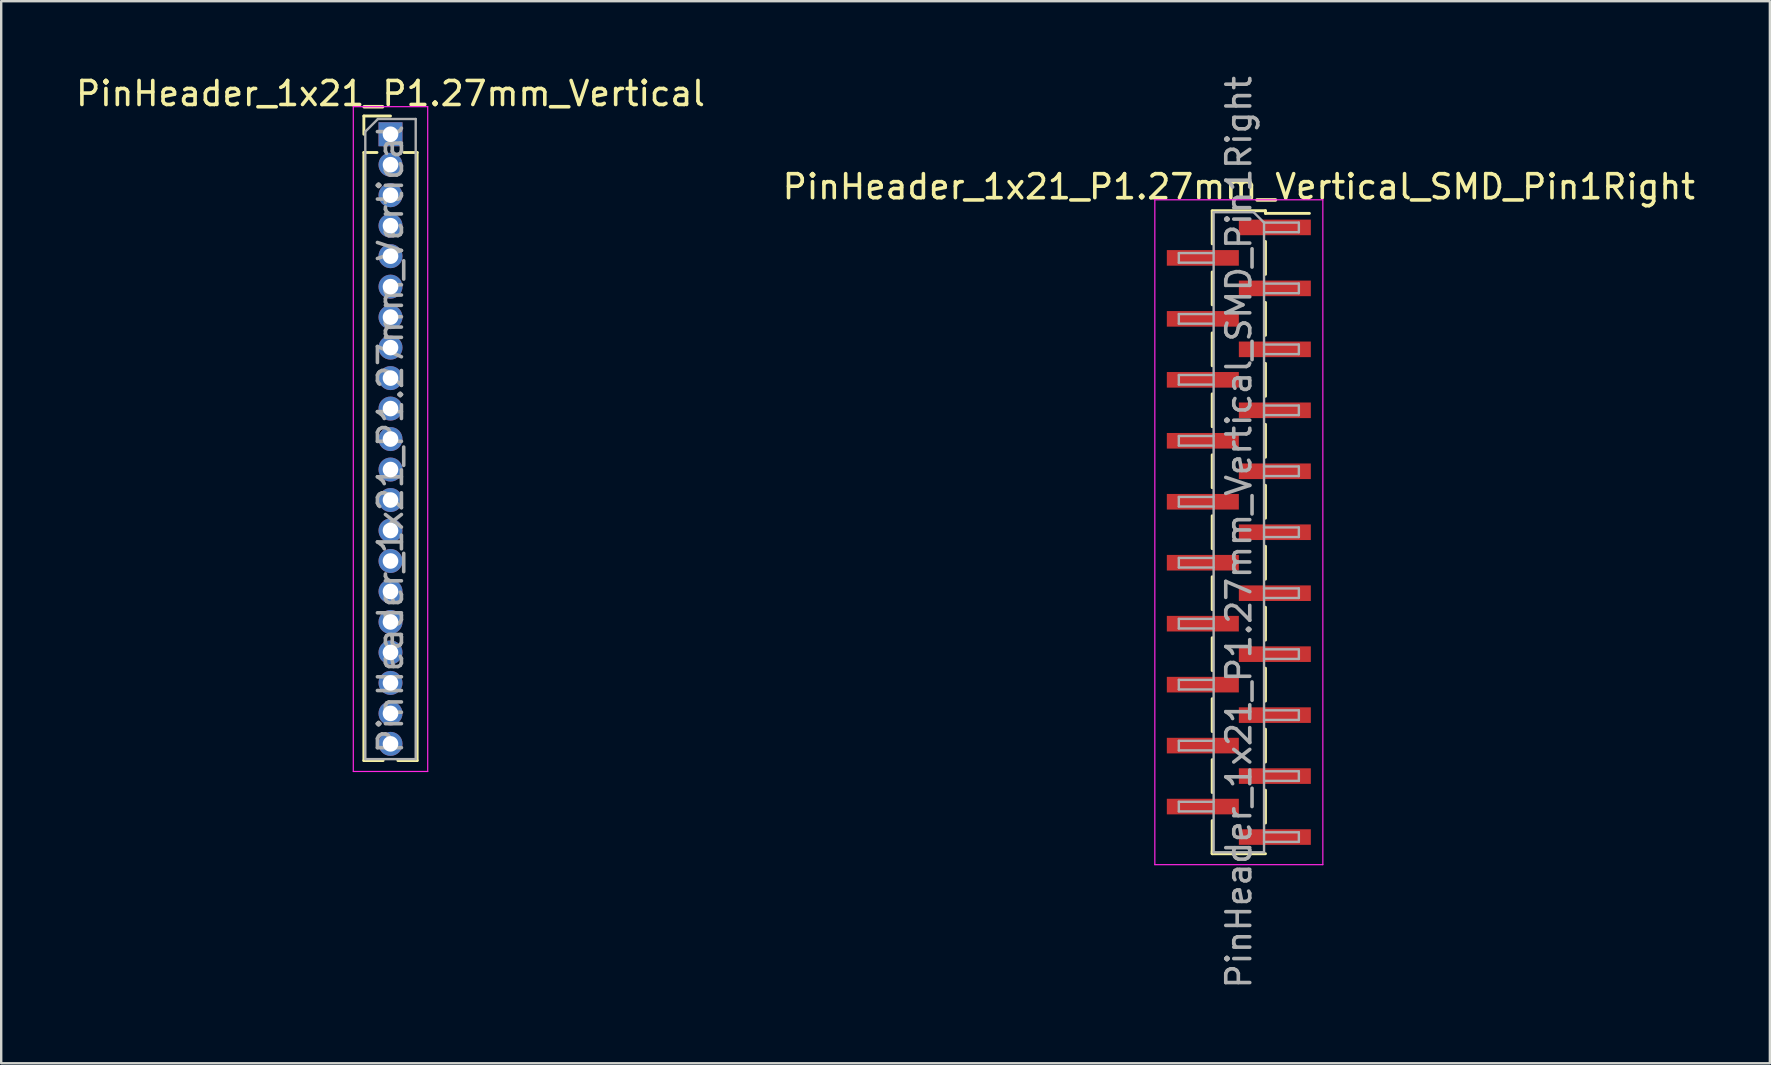
<source format=kicad_pcb>
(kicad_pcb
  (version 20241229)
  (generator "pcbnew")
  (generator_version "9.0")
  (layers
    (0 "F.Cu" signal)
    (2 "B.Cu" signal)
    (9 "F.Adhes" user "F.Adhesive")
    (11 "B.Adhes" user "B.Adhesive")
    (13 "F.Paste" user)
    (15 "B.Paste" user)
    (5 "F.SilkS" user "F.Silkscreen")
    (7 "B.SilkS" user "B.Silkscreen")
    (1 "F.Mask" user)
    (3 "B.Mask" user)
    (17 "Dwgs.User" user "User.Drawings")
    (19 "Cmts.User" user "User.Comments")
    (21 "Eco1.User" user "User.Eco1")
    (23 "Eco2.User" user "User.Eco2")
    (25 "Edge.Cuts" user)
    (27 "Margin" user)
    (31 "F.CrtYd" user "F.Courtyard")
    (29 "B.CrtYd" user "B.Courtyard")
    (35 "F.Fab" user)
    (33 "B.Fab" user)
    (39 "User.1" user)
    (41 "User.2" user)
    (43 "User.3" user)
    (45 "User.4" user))
  (footprint "PinHeader_1x21_P1.27mm_Vertical_SMD_Pin1Right"
    (layer "F.Cu")
    (at 48.565 19.125)
    (property "Reference" "PinHeader_1x21_P1.27mm_Vertical_SMD_Pin1Right" (at 0 -14.395 0) (layer "F.SilkS") (effects (font (size 1 1) (thickness 0.15))))
    (attr smd)
    (fp_line (start -1.11 -13.395) (end 1.11 -13.395) (stroke (width 0.12) (type solid)) (layer "F.SilkS"))
    (fp_line (start -1.11 -13.385) (end -1.11 -12.015) (stroke (width 0.12) (type solid)) (layer "F.SilkS"))
    (fp_line (start -1.11 -10.845) (end -1.11 -9.475) (stroke (width 0.12) (type solid)) (layer "F.SilkS"))
    (fp_line (start -1.11 -8.305) (end -1.11 -6.935) (stroke (width 0.12) (type solid)) (layer "F.SilkS"))
    (fp_line (start -1.11 -5.765) (end -1.11 -4.395) (stroke (width 0.12) (type solid)) (layer "F.SilkS"))
    (fp_line (start -1.11 -3.225) (end -1.11 -1.855) (stroke (width 0.12) (type solid)) (layer "F.SilkS"))
    (fp_line (start -1.11 -0.685) (end -1.11 0.685) (stroke (width 0.12) (type solid)) (layer "F.SilkS"))
    (fp_line (start -1.11 1.855) (end -1.11 3.225) (stroke (width 0.12) (type solid)) (layer "F.SilkS"))
    (fp_line (start -1.11 4.395) (end -1.11 5.765) (stroke (width 0.12) (type solid)) (layer "F.SilkS"))
    (fp_line (start -1.11 6.935) (end -1.11 8.305) (stroke (width 0.12) (type solid)) (layer "F.SilkS"))
    (fp_line (start -1.11 9.475) (end -1.11 10.845) (stroke (width 0.12) (type solid)) (layer "F.SilkS"))
    (fp_line (start -1.11 12.015) (end -1.11 13.385) (stroke (width 0.12) (type solid)) (layer "F.SilkS"))
    (fp_line (start -1.11 13.285) (end -1.11 13.395) (stroke (width 0.12) (type solid)) (layer "F.SilkS"))
    (fp_line (start -1.11 13.395) (end 1.11 13.395) (stroke (width 0.12) (type solid)) (layer "F.SilkS"))
    (fp_line (start 1.11 -13.395) (end 1.11 -13.285) (stroke (width 0.12) (type solid)) (layer "F.SilkS"))
    (fp_line (start 1.11 -13.285) (end 2.94 -13.285) (stroke (width 0.12) (type solid)) (layer "F.SilkS"))
    (fp_line (start 1.11 -12.115) (end 1.11 -10.745) (stroke (width 0.12) (type solid)) (layer "F.SilkS"))
    (fp_line (start 1.11 -9.575) (end 1.11 -8.205) (stroke (width 0.12) (type solid)) (layer "F.SilkS"))
    (fp_line (start 1.11 -7.035) (end 1.11 -5.665) (stroke (width 0.12) (type solid)) (layer "F.SilkS"))
    (fp_line (start 1.11 -4.495) (end 1.11 -3.125) (stroke (width 0.12) (type solid)) (layer "F.SilkS"))
    (fp_line (start 1.11 -1.955) (end 1.11 -0.585) (stroke (width 0.12) (type solid)) (layer "F.SilkS"))
    (fp_line (start 1.11 0.585) (end 1.11 1.955) (stroke (width 0.12) (type solid)) (layer "F.SilkS"))
    (fp_line (start 1.11 3.125) (end 1.11 4.495) (stroke (width 0.12) (type solid)) (layer "F.SilkS"))
    (fp_line (start 1.11 5.665) (end 1.11 7.035) (stroke (width 0.12) (type solid)) (layer "F.SilkS"))
    (fp_line (start 1.11 8.205) (end 1.11 9.575) (stroke (width 0.12) (type solid)) (layer "F.SilkS"))
    (fp_line (start 1.11 10.745) (end 1.11 12.115) (stroke (width 0.12) (type solid)) (layer "F.SilkS"))
    (fp_line (start -3.5 -13.85) (end -3.5 13.85) (stroke (width 0.05) (type solid)) (layer "F.CrtYd"))
    (fp_line (start -3.5 13.85) (end 3.5 13.85) (stroke (width 0.05) (type solid)) (layer "F.CrtYd"))
    (fp_line (start 3.5 -13.85) (end -3.5 -13.85) (stroke (width 0.05) (type solid)) (layer "F.CrtYd"))
    (fp_line (start 3.5 13.85) (end 3.5 -13.85) (stroke (width 0.05) (type solid)) (layer "F.CrtYd"))
    (fp_line (start -2.5 -11.63) (end -2.5 -11.23) (stroke (width 0.1) (type solid)) (layer "F.Fab"))
    (fp_line (start -2.5 -11.23) (end -1.05 -11.23) (stroke (width 0.1) (type solid)) (layer "F.Fab"))
    (fp_line (start -2.5 -9.09) (end -2.5 -8.69) (stroke (width 0.1) (type solid)) (layer "F.Fab"))
    (fp_line (start -2.5 -8.69) (end -1.05 -8.69) (stroke (width 0.1) (type solid)) (layer "F.Fab"))
    (fp_line (start -2.5 -6.55) (end -2.5 -6.15) (stroke (width 0.1) (type solid)) (layer "F.Fab"))
    (fp_line (start -2.5 -6.15) (end -1.05 -6.15) (stroke (width 0.1) (type solid)) (layer "F.Fab"))
    (fp_line (start -2.5 -4.01) (end -2.5 -3.61) (stroke (width 0.1) (type solid)) (layer "F.Fab"))
    (fp_line (start -2.5 -3.61) (end -1.05 -3.61) (stroke (width 0.1) (type solid)) (layer "F.Fab"))
    (fp_line (start -2.5 -1.47) (end -2.5 -1.07) (stroke (width 0.1) (type solid)) (layer "F.Fab"))
    (fp_line (start -2.5 -1.07) (end -1.05 -1.07) (stroke (width 0.1) (type solid)) (layer "F.Fab"))
    (fp_line (start -2.5 1.07) (end -2.5 1.47) (stroke (width 0.1) (type solid)) (layer "F.Fab"))
    (fp_line (start -2.5 1.47) (end -1.05 1.47) (stroke (width 0.1) (type solid)) (layer "F.Fab"))
    (fp_line (start -2.5 3.61) (end -2.5 4.01) (stroke (width 0.1) (type solid)) (layer "F.Fab"))
    (fp_line (start -2.5 4.01) (end -1.05 4.01) (stroke (width 0.1) (type solid)) (layer "F.Fab"))
    (fp_line (start -2.5 6.15) (end -2.5 6.55) (stroke (width 0.1) (type solid)) (layer "F.Fab"))
    (fp_line (start -2.5 6.55) (end -1.05 6.55) (stroke (width 0.1) (type solid)) (layer "F.Fab"))
    (fp_line (start -2.5 8.69) (end -2.5 9.09) (stroke (width 0.1) (type solid)) (layer "F.Fab"))
    (fp_line (start -2.5 9.09) (end -1.05 9.09) (stroke (width 0.1) (type solid)) (layer "F.Fab"))
    (fp_line (start -2.5 11.23) (end -2.5 11.63) (stroke (width 0.1) (type solid)) (layer "F.Fab"))
    (fp_line (start -2.5 11.63) (end -1.05 11.63) (stroke (width 0.1) (type solid)) (layer "F.Fab"))
    (fp_line (start -1.05 -13.335) (end -1.05 13.335) (stroke (width 0.1) (type solid)) (layer "F.Fab"))
    (fp_line (start -1.05 -13.335) (end 0.615 -13.335) (stroke (width 0.1) (type solid)) (layer "F.Fab"))
    (fp_line (start -1.05 -11.63) (end -2.5 -11.63) (stroke (width 0.1) (type solid)) (layer "F.Fab"))
    (fp_line (start -1.05 -9.09) (end -2.5 -9.09) (stroke (width 0.1) (type solid)) (layer "F.Fab"))
    (fp_line (start -1.05 -6.55) (end -2.5 -6.55) (stroke (width 0.1) (type solid)) (layer "F.Fab"))
    (fp_line (start -1.05 -4.01) (end -2.5 -4.01) (stroke (width 0.1) (type solid)) (layer "F.Fab"))
    (fp_line (start -1.05 -1.47) (end -2.5 -1.47) (stroke (width 0.1) (type solid)) (layer "F.Fab"))
    (fp_line (start -1.05 1.07) (end -2.5 1.07) (stroke (width 0.1) (type solid)) (layer "F.Fab"))
    (fp_line (start -1.05 3.61) (end -2.5 3.61) (stroke (width 0.1) (type solid)) (layer "F.Fab"))
    (fp_line (start -1.05 6.15) (end -2.5 6.15) (stroke (width 0.1) (type solid)) (layer "F.Fab"))
    (fp_line (start -1.05 8.69) (end -2.5 8.69) (stroke (width 0.1) (type solid)) (layer "F.Fab"))
    (fp_line (start -1.05 11.23) (end -2.5 11.23) (stroke (width 0.1) (type solid)) (layer "F.Fab"))
    (fp_line (start 1.05 -12.9) (end 0.615 -13.335) (stroke (width 0.1) (type solid)) (layer "F.Fab"))
    (fp_line (start 1.05 -12.9) (end 2.5 -12.9) (stroke (width 0.1) (type solid)) (layer "F.Fab"))
    (fp_line (start 1.05 -10.36) (end 2.5 -10.36) (stroke (width 0.1) (type solid)) (layer "F.Fab"))
    (fp_line (start 1.05 -7.82) (end 2.5 -7.82) (stroke (width 0.1) (type solid)) (layer "F.Fab"))
    (fp_line (start 1.05 -5.28) (end 2.5 -5.28) (stroke (width 0.1) (type solid)) (layer "F.Fab"))
    (fp_line (start 1.05 -2.74) (end 2.5 -2.74) (stroke (width 0.1) (type solid)) (layer "F.Fab"))
    (fp_line (start 1.05 -0.2) (end 2.5 -0.2) (stroke (width 0.1) (type solid)) (layer "F.Fab"))
    (fp_line (start 1.05 2.34) (end 2.5 2.34) (stroke (width 0.1) (type solid)) (layer "F.Fab"))
    (fp_line (start 1.05 4.88) (end 2.5 4.88) (stroke (width 0.1) (type solid)) (layer "F.Fab"))
    (fp_line (start 1.05 7.42) (end 2.5 7.42) (stroke (width 0.1) (type solid)) (layer "F.Fab"))
    (fp_line (start 1.05 9.96) (end 2.5 9.96) (stroke (width 0.1) (type solid)) (layer "F.Fab"))
    (fp_line (start 1.05 12.5) (end 2.5 12.5) (stroke (width 0.1) (type solid)) (layer "F.Fab"))
    (fp_line (start 1.05 13.335) (end -1.05 13.335) (stroke (width 0.1) (type solid)) (layer "F.Fab"))
    (fp_line (start 1.05 13.335) (end 1.05 -12.9) (stroke (width 0.1) (type solid)) (layer "F.Fab"))
    (fp_line (start 2.5 -12.9) (end 2.5 -12.5) (stroke (width 0.1) (type solid)) (layer "F.Fab"))
    (fp_line (start 2.5 -12.5) (end 1.05 -12.5) (stroke (width 0.1) (type solid)) (layer "F.Fab"))
    (fp_line (start 2.5 -10.36) (end 2.5 -9.96) (stroke (width 0.1) (type solid)) (layer "F.Fab"))
    (fp_line (start 2.5 -9.96) (end 1.05 -9.96) (stroke (width 0.1) (type solid)) (layer "F.Fab"))
    (fp_line (start 2.5 -7.82) (end 2.5 -7.42) (stroke (width 0.1) (type solid)) (layer "F.Fab"))
    (fp_line (start 2.5 -7.42) (end 1.05 -7.42) (stroke (width 0.1) (type solid)) (layer "F.Fab"))
    (fp_line (start 2.5 -5.28) (end 2.5 -4.88) (stroke (width 0.1) (type solid)) (layer "F.Fab"))
    (fp_line (start 2.5 -4.88) (end 1.05 -4.88) (stroke (width 0.1) (type solid)) (layer "F.Fab"))
    (fp_line (start 2.5 -2.74) (end 2.5 -2.34) (stroke (width 0.1) (type solid)) (layer "F.Fab"))
    (fp_line (start 2.5 -2.34) (end 1.05 -2.34) (stroke (width 0.1) (type solid)) (layer "F.Fab"))
    (fp_line (start 2.5 -0.2) (end 2.5 0.2) (stroke (width 0.1) (type solid)) (layer "F.Fab"))
    (fp_line (start 2.5 0.2) (end 1.05 0.2) (stroke (width 0.1) (type solid)) (layer "F.Fab"))
    (fp_line (start 2.5 2.34) (end 2.5 2.74) (stroke (width 0.1) (type solid)) (layer "F.Fab"))
    (fp_line (start 2.5 2.74) (end 1.05 2.74) (stroke (width 0.1) (type solid)) (layer "F.Fab"))
    (fp_line (start 2.5 4.88) (end 2.5 5.28) (stroke (width 0.1) (type solid)) (layer "F.Fab"))
    (fp_line (start 2.5 5.28) (end 1.05 5.28) (stroke (width 0.1) (type solid)) (layer "F.Fab"))
    (fp_line (start 2.5 7.42) (end 2.5 7.82) (stroke (width 0.1) (type solid)) (layer "F.Fab"))
    (fp_line (start 2.5 7.82) (end 1.05 7.82) (stroke (width 0.1) (type solid)) (layer "F.Fab"))
    (fp_line (start 2.5 9.96) (end 2.5 10.36) (stroke (width 0.1) (type solid)) (layer "F.Fab"))
    (fp_line (start 2.5 10.36) (end 1.05 10.36) (stroke (width 0.1) (type solid)) (layer "F.Fab"))
    (fp_line (start 2.5 12.5) (end 2.5 12.9) (stroke (width 0.1) (type solid)) (layer "F.Fab"))
    (fp_line (start 2.5 12.9) (end 1.05 12.9) (stroke (width 0.1) (type solid)) (layer "F.Fab"))
    (fp_text user "${REFERENCE}" (at 0 0 90) (layer "F.Fab") (effects (font (size 1 1) (thickness 0.15))))
    (pad "1" smd rect (at 1.5 -12.7) (size 3 0.65) (layers "F.Cu" "F.Mask" "F.Paste"))
    (pad "2" smd rect (at -1.5 -11.43) (size 3 0.65) (layers "F.Cu" "F.Mask" "F.Paste"))
    (pad "3" smd rect (at 1.5 -10.16) (size 3 0.65) (layers "F.Cu" "F.Mask" "F.Paste"))
    (pad "4" smd rect (at -1.5 -8.89) (size 3 0.65) (layers "F.Cu" "F.Mask" "F.Paste"))
    (pad "5" smd rect (at 1.5 -7.62) (size 3 0.65) (layers "F.Cu" "F.Mask" "F.Paste"))
    (pad "6" smd rect (at -1.5 -6.35) (size 3 0.65) (layers "F.Cu" "F.Mask" "F.Paste"))
    (pad "7" smd rect (at 1.5 -5.08) (size 3 0.65) (layers "F.Cu" "F.Mask" "F.Paste"))
    (pad "8" smd rect (at -1.5 -3.81) (size 3 0.65) (layers "F.Cu" "F.Mask" "F.Paste"))
    (pad "9" smd rect (at 1.5 -2.54) (size 3 0.65) (layers "F.Cu" "F.Mask" "F.Paste"))
    (pad "10" smd rect (at -1.5 -1.27) (size 3 0.65) (layers "F.Cu" "F.Mask" "F.Paste"))
    (pad "11" smd rect (at 1.5 0) (size 3 0.65) (layers "F.Cu" "F.Mask" "F.Paste"))
    (pad "12" smd rect (at -1.5 1.27) (size 3 0.65) (layers "F.Cu" "F.Mask" "F.Paste"))
    (pad "13" smd rect (at 1.5 2.54) (size 3 0.65) (layers "F.Cu" "F.Mask" "F.Paste"))
    (pad "14" smd rect (at -1.5 3.81) (size 3 0.65) (layers "F.Cu" "F.Mask" "F.Paste"))
    (pad "15" smd rect (at 1.5 5.08) (size 3 0.65) (layers "F.Cu" "F.Mask" "F.Paste"))
    (pad "16" smd rect (at -1.5 6.35) (size 3 0.65) (layers "F.Cu" "F.Mask" "F.Paste"))
    (pad "17" smd rect (at 1.5 7.62) (size 3 0.65) (layers "F.Cu" "F.Mask" "F.Paste"))
    (pad "18" smd rect (at -1.5 8.89) (size 3 0.65) (layers "F.Cu" "F.Mask" "F.Paste"))
    (pad "19" smd rect (at 1.5 10.16) (size 3 0.65) (layers "F.Cu" "F.Mask" "F.Paste"))
    (pad "20" smd rect (at -1.5 11.43) (size 3 0.65) (layers "F.Cu" "F.Mask" "F.Paste"))
    (pad "21" smd rect (at 1.5 12.7) (size 3 0.65) (layers "F.Cu" "F.Mask" "F.Paste")))
  (footprint "PinHeader_1x21_P1.27mm_Vertical"
    (layer "F.Cu")
    (at 13.22 2.543)
    (property "Reference" "PinHeader_1x21_P1.27mm_Vertical" (at 0 -1.695 0) (layer "F.SilkS") (effects (font (size 1 1) (thickness 0.15))))
    (attr through_hole)
    (fp_line (start -1.11 -0.76) (end 0 -0.76) (stroke (width 0.12) (type solid)) (layer "F.SilkS"))
    (fp_line (start -1.11 0) (end -1.11 -0.76) (stroke (width 0.12) (type solid)) (layer "F.SilkS"))
    (fp_line (start -1.11 0.76) (end -1.11 26.095) (stroke (width 0.12) (type solid)) (layer "F.SilkS"))
    (fp_line (start -1.11 0.76) (end -0.563 0.76) (stroke (width 0.12) (type solid)) (layer "F.SilkS"))
    (fp_line (start -1.11 26.095) (end -0.308 26.095) (stroke (width 0.12) (type solid)) (layer "F.SilkS"))
    (fp_line (start 0.308 26.095) (end 1.11 26.095) (stroke (width 0.12) (type solid)) (layer "F.SilkS"))
    (fp_line (start 0.563 0.76) (end 1.11 0.76) (stroke (width 0.12) (type solid)) (layer "F.SilkS"))
    (fp_line (start 1.11 0.76) (end 1.11 26.095) (stroke (width 0.12) (type solid)) (layer "F.SilkS"))
    (fp_line (start -1.55 -1.15) (end -1.55 26.55) (stroke (width 0.05) (type solid)) (layer "F.CrtYd"))
    (fp_line (start -1.55 26.55) (end 1.55 26.55) (stroke (width 0.05) (type solid)) (layer "F.CrtYd"))
    (fp_line (start 1.55 -1.15) (end -1.55 -1.15) (stroke (width 0.05) (type solid)) (layer "F.CrtYd"))
    (fp_line (start 1.55 26.55) (end 1.55 -1.15) (stroke (width 0.05) (type solid)) (layer "F.CrtYd"))
    (fp_line (start -1.05 -0.11) (end -0.525 -0.635) (stroke (width 0.1) (type solid)) (layer "F.Fab"))
    (fp_line (start -1.05 26.035) (end -1.05 -0.11) (stroke (width 0.1) (type solid)) (layer "F.Fab"))
    (fp_line (start -0.525 -0.635) (end 1.05 -0.635) (stroke (width 0.1) (type solid)) (layer "F.Fab"))
    (fp_line (start 1.05 -0.635) (end 1.05 26.035) (stroke (width 0.1) (type solid)) (layer "F.Fab"))
    (fp_line (start 1.05 26.035) (end -1.05 26.035) (stroke (width 0.1) (type solid)) (layer "F.Fab"))
    (fp_text user "${REFERENCE}" (at 0 12.7 90) (layer "F.Fab") (effects (font (size 1 1) (thickness 0.15))))
    (pad "1" thru_hole rect (at 0 0) (size 1 1) (drill 0.65) (layers "*.Cu" "*.Mask"))
    (pad "2" thru_hole oval (at 0 1.27) (size 1 1) (drill 0.65) (layers "*.Cu" "*.Mask"))
    (pad "3" thru_hole oval (at 0 2.54) (size 1 1) (drill 0.65) (layers "*.Cu" "*.Mask"))
    (pad "4" thru_hole oval (at 0 3.81) (size 1 1) (drill 0.65) (layers "*.Cu" "*.Mask"))
    (pad "5" thru_hole oval (at 0 5.08) (size 1 1) (drill 0.65) (layers "*.Cu" "*.Mask"))
    (pad "6" thru_hole oval (at 0 6.35) (size 1 1) (drill 0.65) (layers "*.Cu" "*.Mask"))
    (pad "7" thru_hole oval (at 0 7.62) (size 1 1) (drill 0.65) (layers "*.Cu" "*.Mask"))
    (pad "8" thru_hole oval (at 0 8.89) (size 1 1) (drill 0.65) (layers "*.Cu" "*.Mask"))
    (pad "9" thru_hole oval (at 0 10.16) (size 1 1) (drill 0.65) (layers "*.Cu" "*.Mask"))
    (pad "10" thru_hole oval (at 0 11.43) (size 1 1) (drill 0.65) (layers "*.Cu" "*.Mask"))
    (pad "11" thru_hole oval (at 0 12.7) (size 1 1) (drill 0.65) (layers "*.Cu" "*.Mask"))
    (pad "12" thru_hole oval (at 0 13.97) (size 1 1) (drill 0.65) (layers "*.Cu" "*.Mask"))
    (pad "13" thru_hole oval (at 0 15.24) (size 1 1) (drill 0.65) (layers "*.Cu" "*.Mask"))
    (pad "14" thru_hole oval (at 0 16.51) (size 1 1) (drill 0.65) (layers "*.Cu" "*.Mask"))
    (pad "15" thru_hole oval (at 0 17.78) (size 1 1) (drill 0.65) (layers "*.Cu" "*.Mask"))
    (pad "16" thru_hole oval (at 0 19.05) (size 1 1) (drill 0.65) (layers "*.Cu" "*.Mask"))
    (pad "17" thru_hole oval (at 0 20.32) (size 1 1) (drill 0.65) (layers "*.Cu" "*.Mask"))
    (pad "18" thru_hole oval (at 0 21.59) (size 1 1) (drill 0.65) (layers "*.Cu" "*.Mask"))
    (pad "19" thru_hole oval (at 0 22.86) (size 1 1) (drill 0.65) (layers "*.Cu" "*.Mask"))
    (pad "20" thru_hole oval (at 0 24.13) (size 1 1) (drill 0.65) (layers "*.Cu" "*.Mask"))
    (pad "21" thru_hole oval (at 0 25.4) (size 1 1) (drill 0.65) (layers "*.Cu" "*.Mask")))
  (gr_rect
    (start -3 -3)
    (end 70.69 41.25)
    (stroke (width 0.1) (type default))
    (fill no)
    (layer "Edge.Cuts")))
</source>
